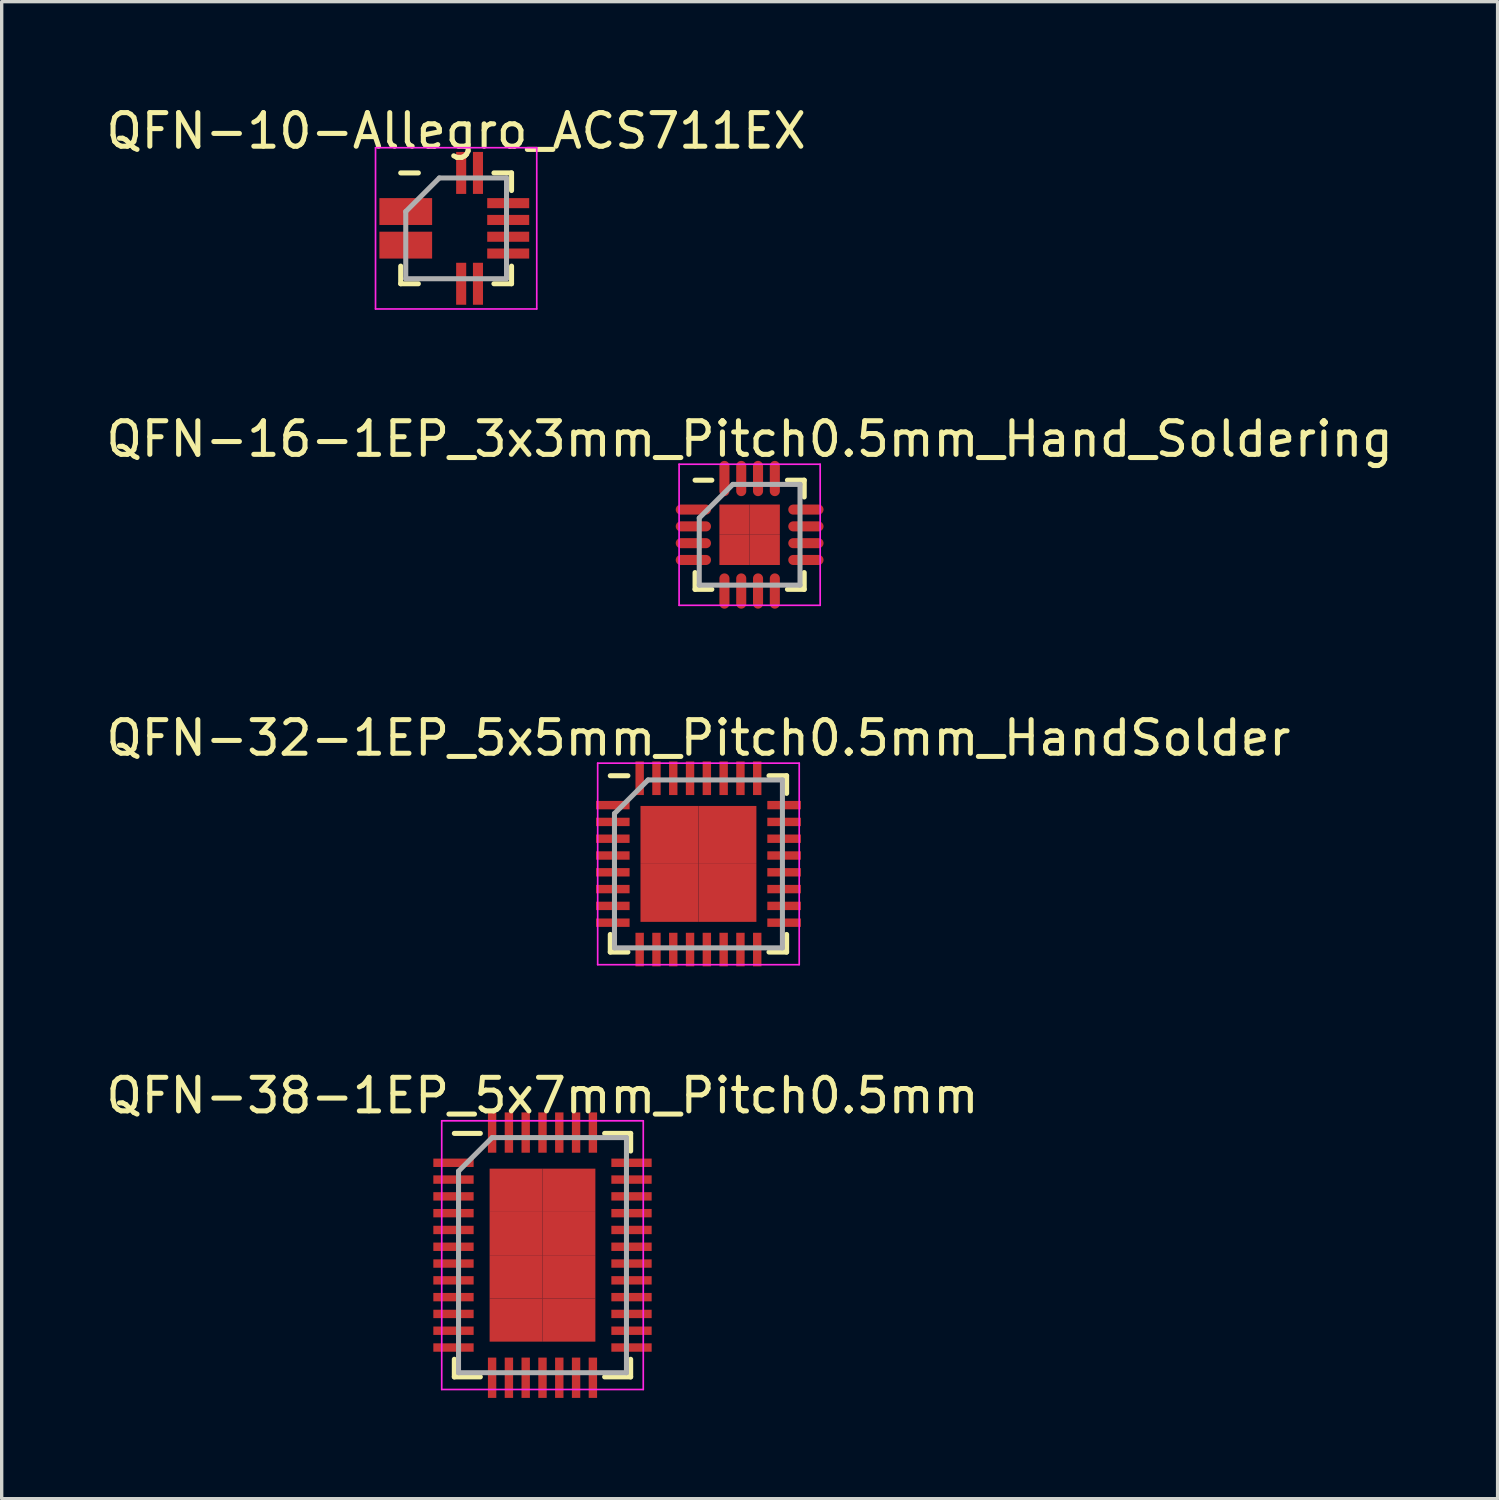
<source format=kicad_pcb>
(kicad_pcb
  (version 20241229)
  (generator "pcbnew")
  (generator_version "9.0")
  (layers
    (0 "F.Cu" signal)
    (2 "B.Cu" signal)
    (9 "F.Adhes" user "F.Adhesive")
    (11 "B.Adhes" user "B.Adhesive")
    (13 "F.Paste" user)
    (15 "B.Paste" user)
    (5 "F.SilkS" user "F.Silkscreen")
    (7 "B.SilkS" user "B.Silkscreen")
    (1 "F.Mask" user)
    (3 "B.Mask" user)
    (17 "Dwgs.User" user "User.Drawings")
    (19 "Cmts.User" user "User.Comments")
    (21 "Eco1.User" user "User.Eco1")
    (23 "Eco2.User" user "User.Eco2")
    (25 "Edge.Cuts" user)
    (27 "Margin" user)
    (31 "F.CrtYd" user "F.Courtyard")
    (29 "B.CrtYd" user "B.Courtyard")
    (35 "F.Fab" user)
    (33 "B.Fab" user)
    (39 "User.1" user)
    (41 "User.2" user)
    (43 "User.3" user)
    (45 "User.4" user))
  (footprint "QFN-16-1EP_3x3mm_Pitch0.5mm_Hand_Soldering"
    (layer "F.Cu")
    (at 19.268 12.871)
    (property "Reference" "QFN-16-1EP_3x3mm_Pitch0.5mm_Hand_Soldering" (at 0 -2.85 0) (layer "F.SilkS") (effects (font (size 1 1) (thickness 0.15))))
    (attr smd)
    (fp_line (start -1.625 -1.625) (end -1.125 -1.625) (stroke (width 0.15) (type solid)) (layer "F.SilkS"))
    (fp_line (start -1.625 1.625) (end -1.625 1.125) (stroke (width 0.15) (type solid)) (layer "F.SilkS"))
    (fp_line (start -1.625 1.625) (end -1.125 1.625) (stroke (width 0.15) (type solid)) (layer "F.SilkS"))
    (fp_line (start 1.625 -1.625) (end 1.125 -1.625) (stroke (width 0.15) (type solid)) (layer "F.SilkS"))
    (fp_line (start 1.625 -1.625) (end 1.625 -1.125) (stroke (width 0.15) (type solid)) (layer "F.SilkS"))
    (fp_line (start 1.625 1.625) (end 1.125 1.625) (stroke (width 0.15) (type solid)) (layer "F.SilkS"))
    (fp_line (start 1.625 1.625) (end 1.625 1.125) (stroke (width 0.15) (type solid)) (layer "F.SilkS"))
    (fp_line (start -2.1 -2.1) (end -2.1 2.1) (stroke (width 0.05) (type solid)) (layer "F.CrtYd"))
    (fp_line (start -2.1 -2.1) (end 2.1 -2.1) (stroke (width 0.05) (type solid)) (layer "F.CrtYd"))
    (fp_line (start -2.1 2.1) (end 2.1 2.1) (stroke (width 0.05) (type solid)) (layer "F.CrtYd"))
    (fp_line (start 2.1 -2.1) (end 2.1 2.1) (stroke (width 0.05) (type solid)) (layer "F.CrtYd"))
    (fp_line (start -1.5 -0.5) (end -0.5 -1.5) (stroke (width 0.15) (type solid)) (layer "F.Fab"))
    (fp_line (start -1.5 1.5) (end -1.5 -0.5) (stroke (width 0.15) (type solid)) (layer "F.Fab"))
    (fp_line (start -0.5 -1.5) (end 1.5 -1.5) (stroke (width 0.15) (type solid)) (layer "F.Fab"))
    (fp_line (start 1.5 -1.5) (end 1.5 1.5) (stroke (width 0.15) (type solid)) (layer "F.Fab"))
    (fp_line (start 1.5 1.5) (end -1.5 1.5) (stroke (width 0.15) (type solid)) (layer "F.Fab"))
    (pad "1" smd oval (at -1.675 -0.75) (size 1.05 0.3) (layers "F.Cu" "F.Mask" "F.Paste"))
    (pad "2" smd oval (at -1.675 -0.25) (size 1.05 0.3) (layers "F.Cu" "F.Mask" "F.Paste"))
    (pad "3" smd oval (at -1.675 0.25) (size 1.05 0.3) (layers "F.Cu" "F.Mask" "F.Paste"))
    (pad "4" smd oval (at -1.675 0.75) (size 1.05 0.3) (layers "F.Cu" "F.Mask" "F.Paste"))
    (pad "5" smd oval (at -0.75 1.675 90) (size 1.05 0.3) (layers "F.Cu" "F.Mask" "F.Paste"))
    (pad "6" smd oval (at -0.25 1.675 90) (size 1.05 0.3) (layers "F.Cu" "F.Mask" "F.Paste"))
    (pad "7" smd oval (at 0.25 1.675 90) (size 1.05 0.3) (layers "F.Cu" "F.Mask" "F.Paste"))
    (pad "8" smd oval (at 0.75 1.675 90) (size 1.05 0.3) (layers "F.Cu" "F.Mask" "F.Paste"))
    (pad "9" smd oval (at 1.675 0.75) (size 1.05 0.3) (layers "F.Cu" "F.Mask" "F.Paste"))
    (pad "10" smd oval (at 1.675 0.25) (size 1.05 0.3) (layers "F.Cu" "F.Mask" "F.Paste"))
    (pad "11" smd oval (at 1.675 -0.25) (size 1.05 0.3) (layers "F.Cu" "F.Mask" "F.Paste"))
    (pad "12" smd oval (at 1.675 -0.75) (size 1.05 0.3) (layers "F.Cu" "F.Mask" "F.Paste"))
    (pad "13" smd oval (at 0.75 -1.675 90) (size 1.05 0.3) (layers "F.Cu" "F.Mask" "F.Paste"))
    (pad "14" smd oval (at 0.25 -1.675 90) (size 1.05 0.3) (layers "F.Cu" "F.Mask" "F.Paste"))
    (pad "15" smd oval (at -0.25 -1.675 90) (size 1.05 0.3) (layers "F.Cu" "F.Mask" "F.Paste"))
    (pad "16" smd oval (at -0.75 -1.675 90) (size 1.05 0.3) (layers "F.Cu" "F.Mask" "F.Paste"))
    (pad "17" smd rect (at -0.45 -0.45) (size 0.9 0.9) (layers "F.Cu" "F.Mask" "F.Paste"))
    (pad "17" smd rect (at -0.45 0.45) (size 0.9 0.9) (layers "F.Cu" "F.Mask" "F.Paste"))
    (pad "17" smd rect (at 0.45 -0.45) (size 0.9 0.9) (layers "F.Cu" "F.Mask" "F.Paste"))
    (pad "17" smd rect (at 0.45 0.45) (size 0.9 0.9) (layers "F.Cu" "F.Mask" "F.Paste")))
  (footprint "QFN-32-1EP_5x5mm_Pitch0.5mm_HandSolder"
    (layer "F.Cu")
    (at 17.744 22.67)
    (property "Reference" "QFN-32-1EP_5x5mm_Pitch0.5mm_HandSolder" (at 0 -3.75 0) (layer "F.SilkS") (effects (font (size 1 1) (thickness 0.15))))
    (attr smd)
    (fp_line (start -2.625 -2.625) (end -2.1 -2.625) (stroke (width 0.15) (type solid)) (layer "F.SilkS"))
    (fp_line (start -2.625 2.625) (end -2.625 2.1) (stroke (width 0.15) (type solid)) (layer "F.SilkS"))
    (fp_line (start -2.625 2.625) (end -2.1 2.625) (stroke (width 0.15) (type solid)) (layer "F.SilkS"))
    (fp_line (start 2.625 -2.625) (end 2.1 -2.625) (stroke (width 0.15) (type solid)) (layer "F.SilkS"))
    (fp_line (start 2.625 -2.625) (end 2.625 -2.1) (stroke (width 0.15) (type solid)) (layer "F.SilkS"))
    (fp_line (start 2.625 2.625) (end 2.1 2.625) (stroke (width 0.15) (type solid)) (layer "F.SilkS"))
    (fp_line (start 2.625 2.625) (end 2.625 2.1) (stroke (width 0.15) (type solid)) (layer "F.SilkS"))
    (fp_line (start -3 -3) (end -3 3) (stroke (width 0.05) (type solid)) (layer "F.CrtYd"))
    (fp_line (start -3 -3) (end 3 -3) (stroke (width 0.05) (type solid)) (layer "F.CrtYd"))
    (fp_line (start -3 3) (end 3 3) (stroke (width 0.05) (type solid)) (layer "F.CrtYd"))
    (fp_line (start 3 -3) (end 3 3) (stroke (width 0.05) (type solid)) (layer "F.CrtYd"))
    (fp_line (start -2.5 -1.5) (end -1.5 -2.5) (stroke (width 0.15) (type solid)) (layer "F.Fab"))
    (fp_line (start -2.5 2.5) (end -2.5 -1.5) (stroke (width 0.15) (type solid)) (layer "F.Fab"))
    (fp_line (start -1.5 -2.5) (end 2.5 -2.5) (stroke (width 0.15) (type solid)) (layer "F.Fab"))
    (fp_line (start 2.5 -2.5) (end 2.5 2.5) (stroke (width 0.15) (type solid)) (layer "F.Fab"))
    (fp_line (start 2.5 2.5) (end -2.5 2.5) (stroke (width 0.15) (type solid)) (layer "F.Fab"))
    (pad "1" smd rect (at -2.55 -1.75) (size 1 0.25) (layers "F.Cu" "F.Mask" "F.Paste"))
    (pad "2" smd rect (at -2.55 -1.25) (size 1 0.25) (layers "F.Cu" "F.Mask" "F.Paste"))
    (pad "3" smd rect (at -2.55 -0.75) (size 1 0.25) (layers "F.Cu" "F.Mask" "F.Paste"))
    (pad "4" smd rect (at -2.55 -0.25) (size 1 0.25) (layers "F.Cu" "F.Mask" "F.Paste"))
    (pad "5" smd rect (at -2.55 0.25) (size 1 0.25) (layers "F.Cu" "F.Mask" "F.Paste"))
    (pad "6" smd rect (at -2.55 0.75) (size 1 0.25) (layers "F.Cu" "F.Mask" "F.Paste"))
    (pad "7" smd rect (at -2.55 1.25) (size 1 0.25) (layers "F.Cu" "F.Mask" "F.Paste"))
    (pad "8" smd rect (at -2.55 1.75) (size 1 0.25) (layers "F.Cu" "F.Mask" "F.Paste"))
    (pad "9" smd rect (at -1.75 2.55 90) (size 1 0.25) (layers "F.Cu" "F.Mask" "F.Paste"))
    (pad "10" smd rect (at -1.25 2.55 90) (size 1 0.25) (layers "F.Cu" "F.Mask" "F.Paste"))
    (pad "11" smd rect (at -0.75 2.55 90) (size 1 0.25) (layers "F.Cu" "F.Mask" "F.Paste"))
    (pad "12" smd rect (at -0.25 2.55 90) (size 1 0.25) (layers "F.Cu" "F.Mask" "F.Paste"))
    (pad "13" smd rect (at 0.25 2.55 90) (size 1 0.25) (layers "F.Cu" "F.Mask" "F.Paste"))
    (pad "14" smd rect (at 0.75 2.55 90) (size 1 0.25) (layers "F.Cu" "F.Mask" "F.Paste"))
    (pad "15" smd rect (at 1.25 2.55 90) (size 1 0.25) (layers "F.Cu" "F.Mask" "F.Paste"))
    (pad "16" smd rect (at 1.75 2.55 90) (size 1 0.25) (layers "F.Cu" "F.Mask" "F.Paste"))
    (pad "17" smd rect (at 2.55 1.75) (size 1 0.25) (layers "F.Cu" "F.Mask" "F.Paste"))
    (pad "18" smd rect (at 2.55 1.25) (size 1 0.25) (layers "F.Cu" "F.Mask" "F.Paste"))
    (pad "19" smd rect (at 2.55 0.75) (size 1 0.25) (layers "F.Cu" "F.Mask" "F.Paste"))
    (pad "20" smd rect (at 2.55 0.25) (size 1 0.25) (layers "F.Cu" "F.Mask" "F.Paste"))
    (pad "21" smd rect (at 2.55 -0.25) (size 1 0.25) (layers "F.Cu" "F.Mask" "F.Paste"))
    (pad "22" smd rect (at 2.55 -0.75) (size 1 0.25) (layers "F.Cu" "F.Mask" "F.Paste"))
    (pad "23" smd rect (at 2.55 -1.25) (size 1 0.25) (layers "F.Cu" "F.Mask" "F.Paste"))
    (pad "24" smd rect (at 2.55 -1.75) (size 1 0.25) (layers "F.Cu" "F.Mask" "F.Paste"))
    (pad "25" smd rect (at 1.75 -2.55 90) (size 1 0.25) (layers "F.Cu" "F.Mask" "F.Paste"))
    (pad "26" smd rect (at 1.25 -2.55 90) (size 1 0.25) (layers "F.Cu" "F.Mask" "F.Paste"))
    (pad "27" smd rect (at 0.75 -2.55 90) (size 1 0.25) (layers "F.Cu" "F.Mask" "F.Paste"))
    (pad "28" smd rect (at 0.25 -2.55 90) (size 1 0.25) (layers "F.Cu" "F.Mask" "F.Paste"))
    (pad "29" smd rect (at -0.25 -2.55 90) (size 1 0.25) (layers "F.Cu" "F.Mask" "F.Paste"))
    (pad "30" smd rect (at -0.75 -2.55 90) (size 1 0.25) (layers "F.Cu" "F.Mask" "F.Paste"))
    (pad "31" smd rect (at -1.25 -2.55 90) (size 1 0.25) (layers "F.Cu" "F.Mask" "F.Paste"))
    (pad "32" smd rect (at -1.75 -2.55 90) (size 1 0.25) (layers "F.Cu" "F.Mask" "F.Paste"))
    (pad "33" smd rect (at -0.863 -0.863) (size 1.725 1.725) (layers "F.Cu" "F.Mask" "F.Paste"))
    (pad "33" smd rect (at -0.863 0.863) (size 1.725 1.725) (layers "F.Cu" "F.Mask" "F.Paste"))
    (pad "33" smd rect (at 0.863 -0.863) (size 1.725 1.725) (layers "F.Cu" "F.Mask" "F.Paste"))
    (pad "33" smd rect (at 0.863 0.863) (size 1.725 1.725) (layers "F.Cu" "F.Mask" "F.Paste")))
  (footprint "QFN-10-Allegro_ACS711EX"
    (layer "F.Cu")
    (at 10.53 3.748)
    (property "Reference" "QFN-10-Allegro_ACS711EX" (at 0 -2.9 0) (layer "F.SilkS") (effects (font (size 1 1) (thickness 0.15))))
    (attr smd)
    (fp_line (start -1.65 -1.65) (end -1.125 -1.65) (stroke (width 0.15) (type solid)) (layer "F.SilkS"))
    (fp_line (start -1.65 1.65) (end -1.65 1.125) (stroke (width 0.15) (type solid)) (layer "F.SilkS"))
    (fp_line (start -1.65 1.65) (end -1.125 1.65) (stroke (width 0.15) (type solid)) (layer "F.SilkS"))
    (fp_line (start 1.65 -1.65) (end 1.125 -1.65) (stroke (width 0.15) (type solid)) (layer "F.SilkS"))
    (fp_line (start 1.65 -1.65) (end 1.65 -1.125) (stroke (width 0.15) (type solid)) (layer "F.SilkS"))
    (fp_line (start 1.65 1.65) (end 1.125 1.65) (stroke (width 0.15) (type solid)) (layer "F.SilkS"))
    (fp_line (start 1.65 1.65) (end 1.65 1.125) (stroke (width 0.15) (type solid)) (layer "F.SilkS"))
    (fp_line (start -2.4 -2.4) (end -2.4 2.4) (stroke (width 0.05) (type solid)) (layer "F.CrtYd"))
    (fp_line (start -2.4 -2.4) (end 2.4 -2.4) (stroke (width 0.05) (type solid)) (layer "F.CrtYd"))
    (fp_line (start -2.4 2.4) (end 2.4 2.4) (stroke (width 0.05) (type solid)) (layer "F.CrtYd"))
    (fp_line (start 2.4 -2.4) (end 2.4 2.4) (stroke (width 0.05) (type solid)) (layer "F.CrtYd"))
    (fp_line (start -1.5 -0.5) (end -0.5 -1.5) (stroke (width 0.15) (type solid)) (layer "F.Fab"))
    (fp_line (start -1.5 1.5) (end -1.5 -0.5) (stroke (width 0.15) (type solid)) (layer "F.Fab"))
    (fp_line (start -0.5 -1.5) (end 1.5 -1.5) (stroke (width 0.15) (type solid)) (layer "F.Fab"))
    (fp_line (start 1.5 -1.5) (end 1.5 1.5) (stroke (width 0.15) (type solid)) (layer "F.Fab"))
    (fp_line (start 1.5 1.5) (end -1.5 1.5) (stroke (width 0.15) (type solid)) (layer "F.Fab"))
    (pad "1" smd rect (at -1.5 -0.5) (size 1.57 0.8) (layers "F.Cu" "F.Mask" "F.Paste"))
    (pad "2" smd rect (at -1.5 0.5) (size 1.57 0.8) (layers "F.Cu" "F.Mask" "F.Paste"))
    (pad "3" smd rect (at 0.15 1.65 90) (size 1.25 0.3) (layers "F.Cu" "F.Mask" "F.Paste"))
    (pad "4" smd rect (at 0.65 1.65 90) (size 1.25 0.3) (layers "F.Cu" "F.Mask" "F.Paste"))
    (pad "5" smd rect (at 1.55 0.75) (size 1.25 0.3) (layers "F.Cu" "F.Mask" "F.Paste"))
    (pad "6" smd rect (at 1.55 0.25) (size 1.25 0.3) (layers "F.Cu" "F.Mask" "F.Paste"))
    (pad "7" smd rect (at 1.55 -0.25) (size 1.25 0.3) (layers "F.Cu" "F.Mask" "F.Paste"))
    (pad "8" smd rect (at 1.55 -0.75) (size 1.25 0.3) (layers "F.Cu" "F.Mask" "F.Paste"))
    (pad "9" smd rect (at 0.65 -1.65 90) (size 1.25 0.3) (layers "F.Cu" "F.Mask" "F.Paste"))
    (pad "10" smd rect (at 0.15 -1.65 90) (size 1.25 0.3) (layers "F.Cu" "F.Mask" "F.Paste")))
  (footprint "QFN-38-1EP_5x7mm_Pitch0.5mm"
    (layer "F.Cu")
    (at 13.101 34.318)
    (property "Reference" "QFN-38-1EP_5x7mm_Pitch0.5mm" (at 0 -4.75 0) (layer "F.SilkS") (effects (font (size 1 1) (thickness 0.15))))
    (attr smd)
    (fp_line (start -2.625 -3.625) (end -1.85 -3.625) (stroke (width 0.15) (type solid)) (layer "F.SilkS"))
    (fp_line (start -2.625 3.625) (end -2.625 3.1) (stroke (width 0.15) (type solid)) (layer "F.SilkS"))
    (fp_line (start -2.625 3.625) (end -1.85 3.625) (stroke (width 0.15) (type solid)) (layer "F.SilkS"))
    (fp_line (start 2.625 -3.625) (end 1.85 -3.625) (stroke (width 0.15) (type solid)) (layer "F.SilkS"))
    (fp_line (start 2.625 -3.625) (end 2.625 -3.1) (stroke (width 0.15) (type solid)) (layer "F.SilkS"))
    (fp_line (start 2.625 3.625) (end 1.85 3.625) (stroke (width 0.15) (type solid)) (layer "F.SilkS"))
    (fp_line (start 2.625 3.625) (end 2.625 3.1) (stroke (width 0.15) (type solid)) (layer "F.SilkS"))
    (fp_line (start -3 -4) (end -3 4) (stroke (width 0.05) (type solid)) (layer "F.CrtYd"))
    (fp_line (start -3 -4) (end 3 -4) (stroke (width 0.05) (type solid)) (layer "F.CrtYd"))
    (fp_line (start -3 4) (end 3 4) (stroke (width 0.05) (type solid)) (layer "F.CrtYd"))
    (fp_line (start 3 -4) (end 3 4) (stroke (width 0.05) (type solid)) (layer "F.CrtYd"))
    (fp_line (start -2.5 -2.5) (end -1.5 -3.5) (stroke (width 0.15) (type solid)) (layer "F.Fab"))
    (fp_line (start -2.5 3.5) (end -2.5 -2.5) (stroke (width 0.15) (type solid)) (layer "F.Fab"))
    (fp_line (start -1.5 -3.5) (end 2.5 -3.5) (stroke (width 0.15) (type solid)) (layer "F.Fab"))
    (fp_line (start 2.5 -3.5) (end 2.5 3.5) (stroke (width 0.15) (type solid)) (layer "F.Fab"))
    (fp_line (start 2.5 3.5) (end -2.5 3.5) (stroke (width 0.15) (type solid)) (layer "F.Fab"))
    (pad "1" smd rect (at -2.65 -2.75) (size 1.2 0.25) (layers "F.Cu" "F.Mask" "F.Paste"))
    (pad "2" smd rect (at -2.65 -2.25) (size 1.2 0.25) (layers "F.Cu" "F.Mask" "F.Paste"))
    (pad "3" smd rect (at -2.65 -1.75) (size 1.2 0.25) (layers "F.Cu" "F.Mask" "F.Paste"))
    (pad "4" smd rect (at -2.65 -1.25) (size 1.2 0.25) (layers "F.Cu" "F.Mask" "F.Paste"))
    (pad "5" smd rect (at -2.65 -0.75) (size 1.2 0.25) (layers "F.Cu" "F.Mask" "F.Paste"))
    (pad "6" smd rect (at -2.65 -0.25) (size 1.2 0.25) (layers "F.Cu" "F.Mask" "F.Paste"))
    (pad "7" smd rect (at -2.65 0.25) (size 1.2 0.25) (layers "F.Cu" "F.Mask" "F.Paste"))
    (pad "8" smd rect (at -2.65 0.75) (size 1.2 0.25) (layers "F.Cu" "F.Mask" "F.Paste"))
    (pad "9" smd rect (at -2.65 1.25) (size 1.2 0.25) (layers "F.Cu" "F.Mask" "F.Paste"))
    (pad "10" smd rect (at -2.65 1.75) (size 1.2 0.25) (layers "F.Cu" "F.Mask" "F.Paste"))
    (pad "11" smd rect (at -2.65 2.25) (size 1.2 0.25) (layers "F.Cu" "F.Mask" "F.Paste"))
    (pad "12" smd rect (at -2.65 2.75) (size 1.2 0.25) (layers "F.Cu" "F.Mask" "F.Paste"))
    (pad "13" smd rect (at -1.5 3.65 90) (size 1.2 0.25) (layers "F.Cu" "F.Mask" "F.Paste"))
    (pad "14" smd rect (at -1 3.65 90) (size 1.2 0.25) (layers "F.Cu" "F.Mask" "F.Paste"))
    (pad "15" smd rect (at -0.5 3.65 90) (size 1.2 0.25) (layers "F.Cu" "F.Mask" "F.Paste"))
    (pad "16" smd rect (at 0 3.65 90) (size 1.2 0.25) (layers "F.Cu" "F.Mask" "F.Paste"))
    (pad "17" smd rect (at 0.5 3.65 90) (size 1.2 0.25) (layers "F.Cu" "F.Mask" "F.Paste"))
    (pad "18" smd rect (at 1 3.65 90) (size 1.2 0.25) (layers "F.Cu" "F.Mask" "F.Paste"))
    (pad "19" smd rect (at 1.5 3.65 90) (size 1.2 0.25) (layers "F.Cu" "F.Mask" "F.Paste"))
    (pad "20" smd rect (at 2.65 2.75) (size 1.2 0.25) (layers "F.Cu" "F.Mask" "F.Paste"))
    (pad "21" smd rect (at 2.65 2.25) (size 1.2 0.25) (layers "F.Cu" "F.Mask" "F.Paste"))
    (pad "22" smd rect (at 2.65 1.75) (size 1.2 0.25) (layers "F.Cu" "F.Mask" "F.Paste"))
    (pad "23" smd rect (at 2.65 1.25) (size 1.2 0.25) (layers "F.Cu" "F.Mask" "F.Paste"))
    (pad "24" smd rect (at 2.65 0.75) (size 1.2 0.25) (layers "F.Cu" "F.Mask" "F.Paste"))
    (pad "25" smd rect (at 2.65 0.25) (size 1.2 0.25) (layers "F.Cu" "F.Mask" "F.Paste"))
    (pad "26" smd rect (at 2.65 -0.25) (size 1.2 0.25) (layers "F.Cu" "F.Mask" "F.Paste"))
    (pad "27" smd rect (at 2.65 -0.75) (size 1.2 0.25) (layers "F.Cu" "F.Mask" "F.Paste"))
    (pad "28" smd rect (at 2.65 -1.25) (size 1.2 0.25) (layers "F.Cu" "F.Mask" "F.Paste"))
    (pad "29" smd rect (at 2.65 -1.75) (size 1.2 0.25) (layers "F.Cu" "F.Mask" "F.Paste"))
    (pad "30" smd rect (at 2.65 -2.25) (size 1.2 0.25) (layers "F.Cu" "F.Mask" "F.Paste"))
    (pad "31" smd rect (at 2.65 -2.75) (size 1.2 0.25) (layers "F.Cu" "F.Mask" "F.Paste"))
    (pad "32" smd rect (at 1.5 -3.65 90) (size 1.2 0.25) (layers "F.Cu" "F.Mask" "F.Paste"))
    (pad "33" smd rect (at 1 -3.65 90) (size 1.2 0.25) (layers "F.Cu" "F.Mask" "F.Paste"))
    (pad "34" smd rect (at 0.5 -3.65 90) (size 1.2 0.25) (layers "F.Cu" "F.Mask" "F.Paste"))
    (pad "35" smd rect (at 0 -3.65 90) (size 1.2 0.25) (layers "F.Cu" "F.Mask" "F.Paste"))
    (pad "36" smd rect (at -0.5 -3.65 90) (size 1.2 0.25) (layers "F.Cu" "F.Mask" "F.Paste"))
    (pad "37" smd rect (at -1 -3.65 90) (size 1.2 0.25) (layers "F.Cu" "F.Mask" "F.Paste"))
    (pad "38" smd rect (at -1.5 -3.65 90) (size 1.2 0.25) (layers "F.Cu" "F.Mask" "F.Paste"))
    (pad "39" smd rect (at -0.787 -1.931) (size 1.575 1.288) (layers "F.Cu" "F.Mask" "F.Paste"))
    (pad "39" smd rect (at -0.787 -0.644) (size 1.575 1.288) (layers "F.Cu" "F.Mask" "F.Paste"))
    (pad "39" smd rect (at -0.787 0.644) (size 1.575 1.288) (layers "F.Cu" "F.Mask" "F.Paste"))
    (pad "39" smd rect (at -0.787 1.931) (size 1.575 1.288) (layers "F.Cu" "F.Mask" "F.Paste"))
    (pad "39" smd rect (at 0.787 -1.931) (size 1.575 1.288) (layers "F.Cu" "F.Mask" "F.Paste"))
    (pad "39" smd rect (at 0.787 -0.644) (size 1.575 1.288) (layers "F.Cu" "F.Mask" "F.Paste"))
    (pad "39" smd rect (at 0.787 0.644) (size 1.575 1.288) (layers "F.Cu" "F.Mask" "F.Paste"))
    (pad "39" smd rect (at 0.787 1.931) (size 1.575 1.288) (layers "F.Cu" "F.Mask" "F.Paste")))
  (gr_rect
    (start -3 -3)
    (end 41.536 41.568)
    (stroke (width 0.1) (type default))
    (fill no)
    (layer "Edge.Cuts")))
</source>
